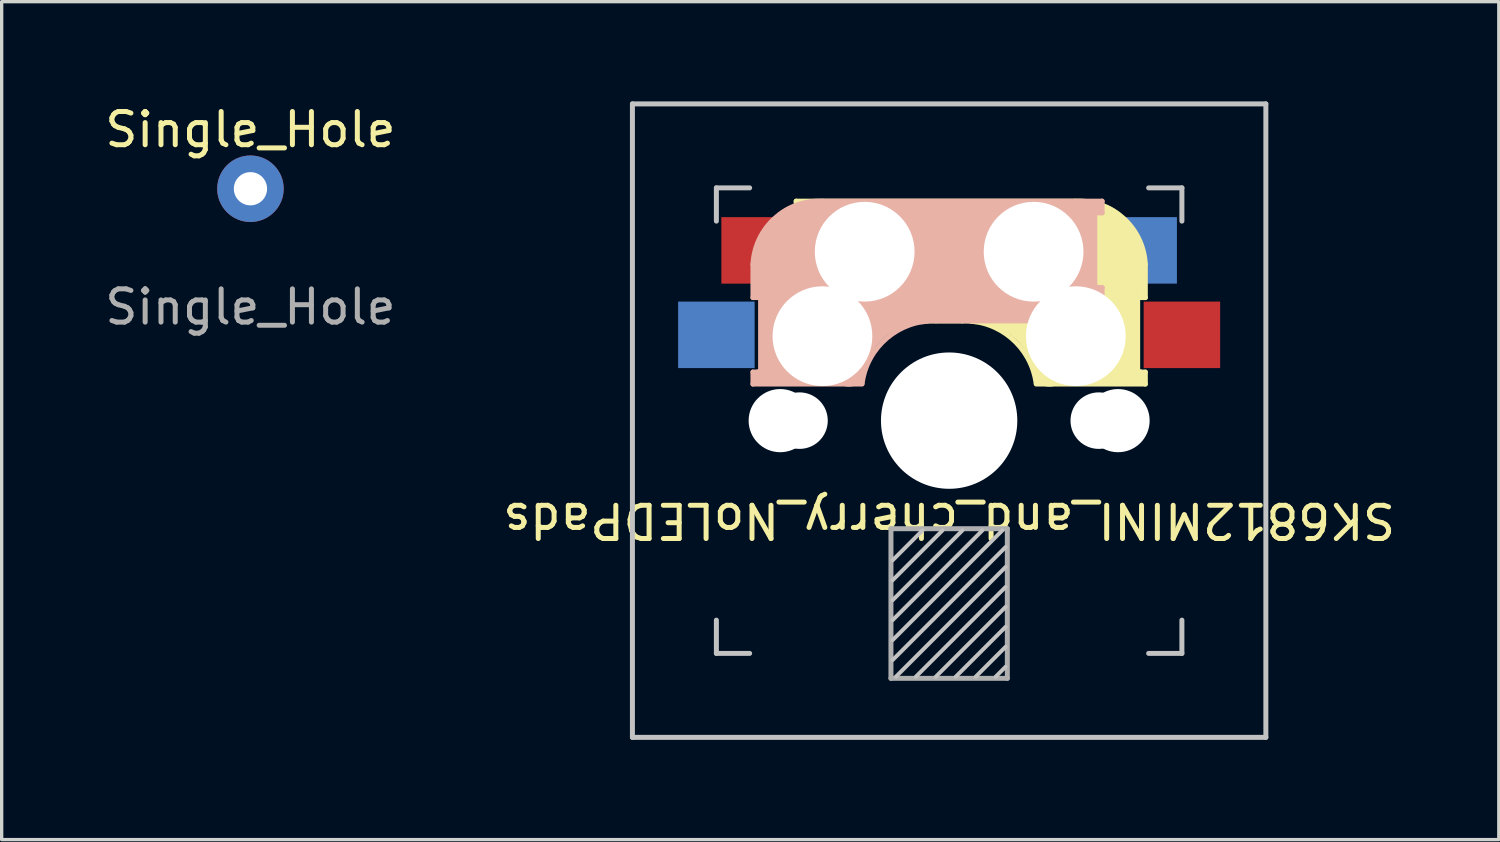
<source format=kicad_pcb>
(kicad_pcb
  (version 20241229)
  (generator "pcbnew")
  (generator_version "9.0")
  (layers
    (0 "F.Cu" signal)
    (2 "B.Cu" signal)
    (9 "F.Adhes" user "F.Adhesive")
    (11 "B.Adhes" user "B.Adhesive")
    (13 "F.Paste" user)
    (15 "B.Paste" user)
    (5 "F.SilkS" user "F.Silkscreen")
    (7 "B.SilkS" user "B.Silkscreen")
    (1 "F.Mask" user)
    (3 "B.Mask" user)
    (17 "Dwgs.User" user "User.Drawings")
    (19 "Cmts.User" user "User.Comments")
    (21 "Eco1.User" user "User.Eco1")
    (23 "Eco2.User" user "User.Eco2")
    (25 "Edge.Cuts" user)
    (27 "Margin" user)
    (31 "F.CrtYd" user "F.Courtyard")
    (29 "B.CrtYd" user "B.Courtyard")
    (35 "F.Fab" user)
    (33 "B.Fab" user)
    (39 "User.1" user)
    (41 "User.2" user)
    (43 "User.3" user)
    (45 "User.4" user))
  (footprint "SK6812MINI_and_cherry_NoLEDPads"
    (layer "F.Cu")
    (at 25.494 9.6)
    (property "Reference" "SK6812MINI_and_cherry_NoLEDPads" (at 0 3 180) (unlocked yes) (layer "F.SilkS") (effects (font (size 1 1) (thickness 0.15))))
    (attr through_hole)
    (fp_line (start -4.6 -6.6) (end 3.8 -6.6) (stroke (width 0.15) (type solid)) (layer "F.SilkS"))
    (fp_line (start -4.6 -6.25) (end -4.6 -6.6) (stroke (width 0.15) (type solid)) (layer "F.SilkS"))
    (fp_line (start -4.6 -4) (end -4.4 -4) (stroke (width 0.15) (type solid)) (layer "F.SilkS"))
    (fp_line (start -4.6 -3) (end -4.6 -4) (stroke (width 0.15) (type solid)) (layer "F.SilkS"))
    (fp_line (start -4.4 -6.4) (end -3 -6.4) (stroke (width 0.4) (type solid)) (layer "F.SilkS"))
    (fp_line (start -4.4 -6.25) (end -4.6 -6.25) (stroke (width 0.15) (type solid)) (layer "F.SilkS"))
    (fp_line (start -4.4 -3.9) (end -4.4 -3.2) (stroke (width 0.4) (type solid)) (layer "F.SilkS"))
    (fp_line (start -4.38 -4) (end -4.38 -6.25) (stroke (width 0.15) (type solid)) (layer "F.SilkS"))
    (fp_line (start -4.3 -3.3) (end -2.9 -3.3) (stroke (width 0.5) (type solid)) (layer "F.SilkS"))
    (fp_line (start -3.9 -6) (end -3.9 -3.5) (stroke (width 1) (type solid)) (layer "F.SilkS"))
    (fp_line (start -2.6 -4.8) (end 4.1 -4.8) (stroke (width 3.5) (type solid)) (layer "F.SilkS"))
    (fp_line (start 0.4 -3) (end -4.6 -3) (stroke (width 0.15) (type solid)) (layer "F.SilkS"))
    (fp_line (start 4.17 -5.1) (end 4.17 -2.86) (stroke (width 3) (type solid)) (layer "F.SilkS"))
    (fp_line (start 5.3 -1.6) (end 5.3 -3.4) (stroke (width 0.8) (type solid)) (layer "F.SilkS"))
    (fp_line (start 5.67 -3.7) (end 5.67 -1.46) (stroke (width 0.15) (type solid)) (layer "F.SilkS"))
    (fp_line (start 5.7 -1.46) (end 5.9 -1.46) (stroke (width 0.15) (type solid)) (layer "F.SilkS"))
    (fp_line (start 5.7 -1.3) (end 3 -1.3) (stroke (width 0.5) (type solid)) (layer "F.SilkS"))
    (fp_line (start 5.8 -3.8) (end 5.8 -4.7) (stroke (width 0.3) (type solid)) (layer "F.SilkS"))
    (fp_line (start 5.9 -4.7) (end 5.9 -3.7) (stroke (width 0.15) (type solid)) (layer "F.SilkS"))
    (fp_line (start 5.9 -3.7) (end 5.7 -3.7) (stroke (width 0.15) (type solid)) (layer "F.SilkS"))
    (fp_line (start 5.9 -1.1) (end 2.62 -1.1) (stroke (width 0.15) (type solid)) (layer "F.SilkS"))
    (fp_line (start 5.9 -1.1) (end 5.9 -1.46) (stroke (width 0.15) (type solid)) (layer "F.SilkS"))
    (fp_arc (start 0.4 -3) (mid 1.868709 -2.486118) (end 2.616318 -1.121471) (stroke (width 0.15) (type solid)) (layer "F.SilkS"))
    (fp_arc (start 0.8 -3.4) (mid 2.268709 -2.886118) (end 3.016318 -1.521471) (stroke (width 1) (type solid)) (layer "F.SilkS"))
    (fp_arc (start 3.8 -6.600001) (mid 5.243504 -6.084925) (end 5.900001 -4.7) (stroke (width 0.15) (type solid)) (layer "F.SilkS"))
    (fp_line (start -5.9 -4.7) (end -5.9 -3.7) (stroke (width 0.15) (type solid)) (layer "B.SilkS"))
    (fp_line (start -5.9 -3.7) (end -5.7 -3.7) (stroke (width 0.15) (type solid)) (layer "B.SilkS"))
    (fp_line (start -5.9 -1.1) (end -5.9 -1.46) (stroke (width 0.15) (type solid)) (layer "B.SilkS"))
    (fp_line (start -5.9 -1.1) (end -2.62 -1.1) (stroke (width 0.15) (type solid)) (layer "B.SilkS"))
    (fp_line (start -5.8 -3.8) (end -5.8 -4.7) (stroke (width 0.3) (type solid)) (layer "B.SilkS"))
    (fp_line (start -5.7 -1.46) (end -5.9 -1.46) (stroke (width 0.15) (type solid)) (layer "B.SilkS"))
    (fp_line (start -5.7 -1.3) (end -3 -1.3) (stroke (width 0.5) (type solid)) (layer "B.SilkS"))
    (fp_line (start -5.67 -3.7) (end -5.67 -1.46) (stroke (width 0.15) (type solid)) (layer "B.SilkS"))
    (fp_line (start -5.3 -1.6) (end -5.3 -3.4) (stroke (width 0.8) (type solid)) (layer "B.SilkS"))
    (fp_line (start -4.17 -5.1) (end -4.17 -2.86) (stroke (width 3) (type solid)) (layer "B.SilkS"))
    (fp_line (start -0.4 -3) (end 4.6 -3) (stroke (width 0.15) (type solid)) (layer "B.SilkS"))
    (fp_line (start 2.6 -4.8) (end -4.1 -4.8) (stroke (width 3.5) (type solid)) (layer "B.SilkS"))
    (fp_line (start 3.9 -6) (end 3.9 -3.5) (stroke (width 1) (type solid)) (layer "B.SilkS"))
    (fp_line (start 4.3 -3.3) (end 2.9 -3.3) (stroke (width 0.5) (type solid)) (layer "B.SilkS"))
    (fp_line (start 4.38 -4) (end 4.38 -6.25) (stroke (width 0.15) (type solid)) (layer "B.SilkS"))
    (fp_line (start 4.4 -6.4) (end 3 -6.4) (stroke (width 0.4) (type solid)) (layer "B.SilkS"))
    (fp_line (start 4.4 -6.25) (end 4.6 -6.25) (stroke (width 0.15) (type solid)) (layer "B.SilkS"))
    (fp_line (start 4.4 -3.9) (end 4.4 -3.2) (stroke (width 0.4) (type solid)) (layer "B.SilkS"))
    (fp_line (start 4.6 -6.6) (end -3.8 -6.6) (stroke (width 0.15) (type solid)) (layer "B.SilkS"))
    (fp_line (start 4.6 -6.25) (end 4.6 -6.6) (stroke (width 0.15) (type solid)) (layer "B.SilkS"))
    (fp_line (start 4.6 -4) (end 4.4 -4) (stroke (width 0.15) (type solid)) (layer "B.SilkS"))
    (fp_line (start 4.6 -3) (end 4.6 -4) (stroke (width 0.15) (type solid)) (layer "B.SilkS"))
    (fp_arc (start -5.9 -4.699999) (mid -5.243504 -6.084924) (end -3.800001 -6.6) (stroke (width 0.15) (type solid)) (layer "B.SilkS"))
    (fp_arc (start -3.016318 -1.521471) (mid -2.268709 -2.886118) (end -0.8 -3.4) (stroke (width 1) (type solid)) (layer "B.SilkS"))
    (fp_arc (start -2.616318 -1.121471) (mid -1.868709 -2.486118) (end -0.4 -3) (stroke (width 0.15) (type solid)) (layer "B.SilkS"))
    (fp_line (start -9.525 -9.525) (end 9.525 -9.525) (stroke (width 0.15) (type solid)) (layer "Dwgs.User"))
    (fp_line (start -9.525 9.525) (end -9.525 -9.525) (stroke (width 0.15) (type solid)) (layer "Dwgs.User"))
    (fp_line (start -7 -7) (end -6 -7) (stroke (width 0.15) (type solid)) (layer "Dwgs.User"))
    (fp_line (start -7 -6) (end -7 -7) (stroke (width 0.15) (type solid)) (layer "Dwgs.User"))
    (fp_line (start -7 6) (end -7 7) (stroke (width 0.15) (type solid)) (layer "Dwgs.User"))
    (fp_line (start -7 7) (end -6 7) (stroke (width 0.15) (type solid)) (layer "Dwgs.User"))
    (fp_line (start -0.8 3.3) (end -1.7 4.2) (stroke (width 0.12) (type solid)) (layer "Dwgs.User"))
    (fp_line (start -0.2 3.3) (end -1.7 4.8) (stroke (width 0.12) (type solid)) (layer "Dwgs.User"))
    (fp_line (start 0.4 3.3) (end -1.7 5.4) (stroke (width 0.12) (type solid)) (layer "Dwgs.User"))
    (fp_line (start 1 3.3) (end -1.7 6) (stroke (width 0.12) (type solid)) (layer "Dwgs.User"))
    (fp_line (start 1.6 3.3) (end -1.7 6.6) (stroke (width 0.12) (type solid)) (layer "Dwgs.User"))
    (fp_line (start 1.7 3.8) (end -1.7 7.2) (stroke (width 0.12) (type solid)) (layer "Dwgs.User"))
    (fp_line (start 1.7 4.4) (end -1.6 7.7) (stroke (width 0.12) (type solid)) (layer "Dwgs.User"))
    (fp_line (start 1.7 5) (end -1 7.7) (stroke (width 0.12) (type solid)) (layer "Dwgs.User"))
    (fp_line (start 1.7 5.6) (end -0.4 7.7) (stroke (width 0.12) (type solid)) (layer "Dwgs.User"))
    (fp_line (start 1.7 6.2) (end 0.2 7.7) (stroke (width 0.12) (type solid)) (layer "Dwgs.User"))
    (fp_line (start 1.7 6.8) (end 0.8 7.7) (stroke (width 0.12) (type solid)) (layer "Dwgs.User"))
    (fp_line (start 1.7 7.4) (end 1.4 7.7) (stroke (width 0.12) (type solid)) (layer "Dwgs.User"))
    (fp_line (start 6 7) (end 7 7) (stroke (width 0.15) (type solid)) (layer "Dwgs.User"))
    (fp_line (start 7 -7) (end 6 -7) (stroke (width 0.15) (type solid)) (layer "Dwgs.User"))
    (fp_line (start 7 -7) (end 7 -6) (stroke (width 0.15) (type solid)) (layer "Dwgs.User"))
    (fp_line (start 7 7) (end 7 6) (stroke (width 0.15) (type solid)) (layer "Dwgs.User"))
    (fp_line (start 9.525 -9.525) (end 9.525 9.525) (stroke (width 0.15) (type solid)) (layer "Dwgs.User"))
    (fp_line (start 9.525 9.525) (end -9.525 9.525) (stroke (width 0.15) (type solid)) (layer "Dwgs.User"))
    (fp_line (start -1.75 3.25) (end -1.75 7.75) (stroke (width 0.15) (type solid)) (layer "F.Fab"))
    (fp_line (start -1.75 3.25) (end 1.75 3.25) (stroke (width 0.15) (type solid)) (layer "F.Fab"))
    (fp_line (start 1.75 3.25) (end 1.75 7.75) (stroke (width 0.15) (type solid)) (layer "F.Fab"))
    (fp_line (start 1.75 7.75) (end -1.75 7.75) (stroke (width 0.15) (type solid)) (layer "F.Fab"))
    (pad "" np_thru_hole circle (at -5.08 0) (size 1.9 1.9) (drill 1.9) (layers "*.Cu" "*.Mask"))
    (pad "" np_thru_hole circle (at -4.5 0) (size 1.7 1.7) (drill 1.7) (layers "*.Cu" "*.Mask"))
    (pad "" np_thru_hole circle (at -3.81 -2.54 180) (size 3 3) (drill 3) (layers "*.Cu" "*.Mask"))
    (pad "" np_thru_hole circle (at -2.54 -5.08 180) (size 3 3) (drill 3) (layers "*.Cu" "*.Mask"))
    (pad "" np_thru_hole circle (at 0 0 90) (size 4.1 4.1) (drill 4.1) (layers "*.Cu" "*.Mask"))
    (pad "" np_thru_hole circle (at 2.54 -5.08 180) (size 3 3) (drill 3) (layers "*.Cu" "*.Mask"))
    (pad "" np_thru_hole circle (at 3.81 -2.54 180) (size 3 3) (drill 3) (layers "*.Cu" "*.Mask"))
    (pad "" np_thru_hole circle (at 4.5 0) (size 1.7 1.7) (drill 1.7) (layers "*.Cu" "*.Mask"))
    (pad "" np_thru_hole circle (at 5.08 0) (size 1.9 1.9) (drill 1.9) (layers "*.Cu" "*.Mask"))
    (pad "5" smd rect (at -7 -2.58 180) (size 2.3 2) (layers "B.Cu" "B.Mask" "B.Paste"))
    (pad "5" smd rect (at 7 -2.58 180) (size 2.3 2) (layers "F.Cu" "F.Mask" "F.Paste"))
    (pad "6" smd rect (at -5.7 -5.12 180) (size 2.3 2) (layers "F.Cu" "F.Mask"))
    (pad "6" smd rect (at 5.7 -5.12 180) (size 2.3 2) (layers "B.Cu" "B.Mask" "B.Paste")))
  (footprint "Single_Hole"
    (layer "F.Cu")
    (at 4.482 2.626)
    (property "Reference" "Single_Hole" (at 0 -1.778 0) (unlocked yes) (layer "F.SilkS") (effects (font (size 1 1) (thickness 0.15))))
    (attr through_hole)
    (fp_text user "${REFERENCE}" (at 0 3.556 0) (unlocked yes) (layer "F.Fab") (effects (font (size 1 1) (thickness 0.15))))
    (pad "1" thru_hole circle (at 0 0) (size 2 2) (drill 1) (layers "*.Cu" "*.Mask")))
  (gr_rect
    (start -3 -3)
    (end 42.024 22.2)
    (stroke (width 0.1) (type default))
    (fill no)
    (layer "Edge.Cuts")))
</source>
